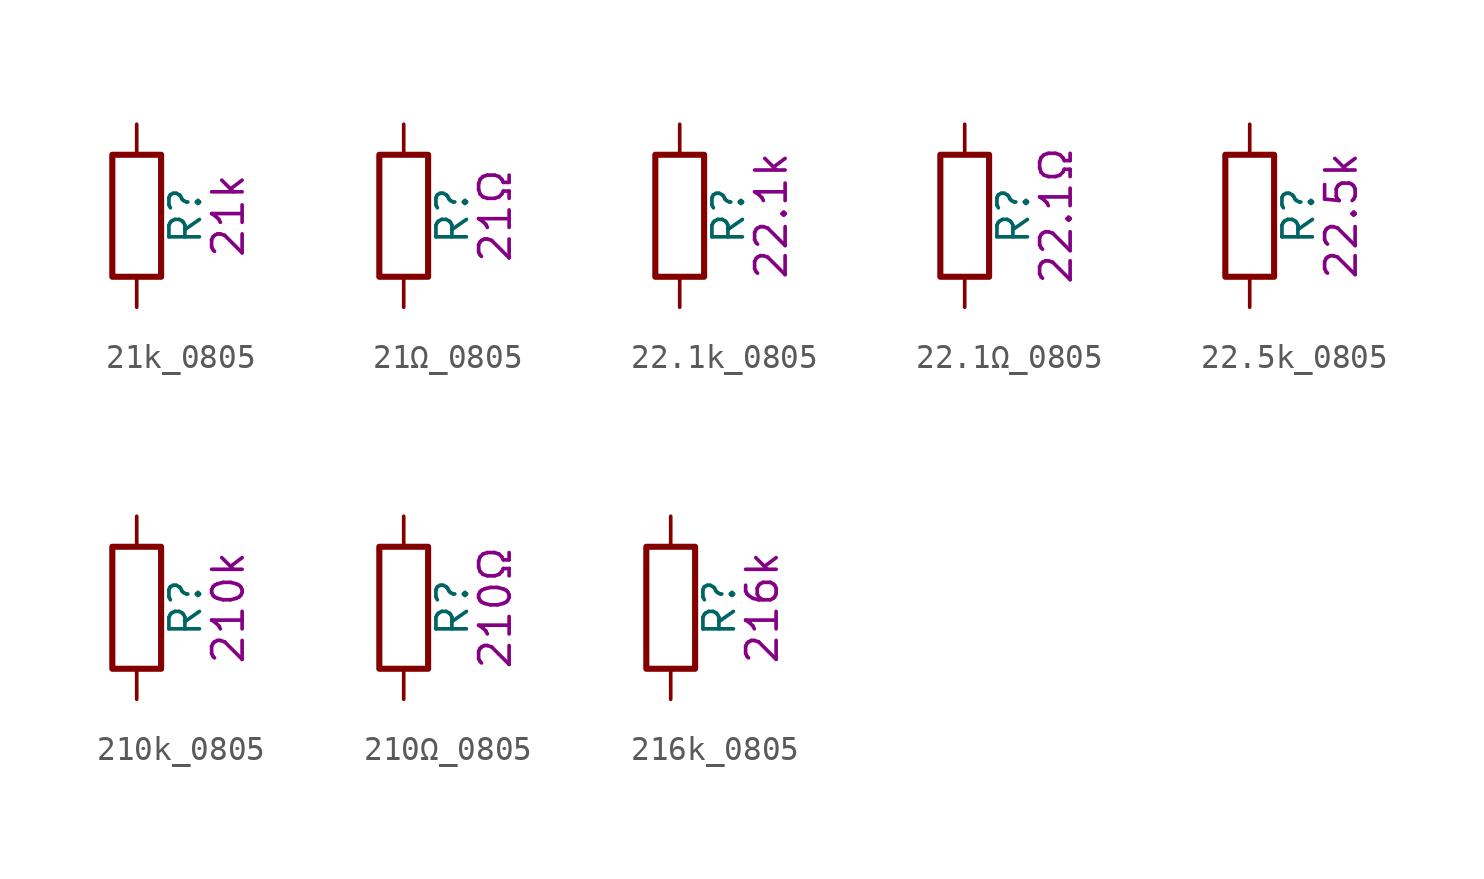
<source format=kicad_sym>
(kicad_symbol_lib
  (version 20211014)
  (generator kicad_symbol_editor)
  (symbol "21k_0805"
    (pin_numbers hide)
    (pin_names
      (offset 0))
    (property "Reference" "R"
      (at 2.032 0 90)
      (effects (font (size 1.27 1.27))))
    (property "Display" "21k"
      (at 3.81 0 90)
      (effects (font (size 1.27 1.27))))
    (symbol "21k_0805_0_1"
      (rectangle (start -1.016 -2.54) (end 1.016 2.54) (stroke (width 0.254) (type default) (color 0 0 0 0)) (fill (type none))))
    (symbol "21k_0805_1_1"
      (pin passive line (at 0 3.81 270) (length 1.27) (name "~" (effects (font (size 1.27 1.27)))) (number "1" (effects (font (size 1.27 1.27)))))
      (pin passive line (at 0 -3.81 90) (length 1.27) (name "~" (effects (font (size 1.27 1.27)))) (number "2" (effects (font (size 1.27 1.27)))))))
  (symbol "21Ω_0805"
    (pin_numbers hide)
    (pin_names
      (offset 0))
    (property "Reference" "R"
      (at 2.032 0 90)
      (effects (font (size 1.27 1.27))))
    (property "Display" "21Ω"
      (at 3.81 0 90)
      (effects (font (size 1.27 1.27))))
    (symbol "21Ω_0805_0_1"
      (rectangle (start -1.016 -2.54) (end 1.016 2.54) (stroke (width 0.254) (type default) (color 0 0 0 0)) (fill (type none))))
    (symbol "21Ω_0805_1_1"
      (pin passive line (at 0 3.81 270) (length 1.27) (name "~" (effects (font (size 1.27 1.27)))) (number "1" (effects (font (size 1.27 1.27)))))
      (pin passive line (at 0 -3.81 90) (length 1.27) (name "~" (effects (font (size 1.27 1.27)))) (number "2" (effects (font (size 1.27 1.27)))))))
  (symbol "22.1k_0805"
    (pin_numbers hide)
    (pin_names
      (offset 0))
    (property "Reference" "R"
      (at 2.032 0 90)
      (effects (font (size 1.27 1.27))))
    (property "Display" "22.1k"
      (at 3.81 0 90)
      (effects (font (size 1.27 1.27))))
    (symbol "22.1k_0805_0_1"
      (rectangle (start -1.016 -2.54) (end 1.016 2.54) (stroke (width 0.254) (type default) (color 0 0 0 0)) (fill (type none))))
    (symbol "22.1k_0805_1_1"
      (pin passive line (at 0 3.81 270) (length 1.27) (name "~" (effects (font (size 1.27 1.27)))) (number "1" (effects (font (size 1.27 1.27)))))
      (pin passive line (at 0 -3.81 90) (length 1.27) (name "~" (effects (font (size 1.27 1.27)))) (number "2" (effects (font (size 1.27 1.27)))))))
  (symbol "22.1Ω_0805"
    (pin_numbers hide)
    (pin_names
      (offset 0))
    (property "Reference" "R"
      (at 2.032 0 90)
      (effects (font (size 1.27 1.27))))
    (property "Display" "22.1Ω"
      (at 3.81 0 90)
      (effects (font (size 1.27 1.27))))
    (symbol "22.1Ω_0805_0_1"
      (rectangle (start -1.016 -2.54) (end 1.016 2.54) (stroke (width 0.254) (type default) (color 0 0 0 0)) (fill (type none))))
    (symbol "22.1Ω_0805_1_1"
      (pin passive line (at 0 3.81 270) (length 1.27) (name "~" (effects (font (size 1.27 1.27)))) (number "1" (effects (font (size 1.27 1.27)))))
      (pin passive line (at 0 -3.81 90) (length 1.27) (name "~" (effects (font (size 1.27 1.27)))) (number "2" (effects (font (size 1.27 1.27)))))))
  (symbol "22.5k_0805"
    (pin_numbers hide)
    (pin_names
      (offset 0))
    (property "Reference" "R"
      (at 2.032 0 90)
      (effects (font (size 1.27 1.27))))
    (property "Display" "22.5k"
      (at 3.81 0 90)
      (effects (font (size 1.27 1.27))))
    (symbol "22.5k_0805_0_1"
      (rectangle (start -1.016 -2.54) (end 1.016 2.54) (stroke (width 0.254) (type default) (color 0 0 0 0)) (fill (type none))))
    (symbol "22.5k_0805_1_1"
      (pin passive line (at 0 3.81 270) (length 1.27) (name "~" (effects (font (size 1.27 1.27)))) (number "1" (effects (font (size 1.27 1.27)))))
      (pin passive line (at 0 -3.81 90) (length 1.27) (name "~" (effects (font (size 1.27 1.27)))) (number "2" (effects (font (size 1.27 1.27)))))))
  (symbol "210k_0805"
    (pin_numbers hide)
    (pin_names
      (offset 0))
    (property "Reference" "R"
      (at 2.032 0 90)
      (effects (font (size 1.27 1.27))))
    (property "Display" "210k"
      (at 3.81 0 90)
      (effects (font (size 1.27 1.27))))
    (symbol "210k_0805_0_1"
      (rectangle (start -1.016 -2.54) (end 1.016 2.54) (stroke (width 0.254) (type default) (color 0 0 0 0)) (fill (type none))))
    (symbol "210k_0805_1_1"
      (pin passive line (at 0 3.81 270) (length 1.27) (name "~" (effects (font (size 1.27 1.27)))) (number "1" (effects (font (size 1.27 1.27)))))
      (pin passive line (at 0 -3.81 90) (length 1.27) (name "~" (effects (font (size 1.27 1.27)))) (number "2" (effects (font (size 1.27 1.27)))))))
  (symbol "210Ω_0805"
    (pin_numbers hide)
    (pin_names
      (offset 0))
    (property "Reference" "R"
      (at 2.032 0 90)
      (effects (font (size 1.27 1.27))))
    (property "Display" "210Ω"
      (at 3.81 0 90)
      (effects (font (size 1.27 1.27))))
    (symbol "210Ω_0805_0_1"
      (rectangle (start -1.016 -2.54) (end 1.016 2.54) (stroke (width 0.254) (type default) (color 0 0 0 0)) (fill (type none))))
    (symbol "210Ω_0805_1_1"
      (pin passive line (at 0 3.81 270) (length 1.27) (name "~" (effects (font (size 1.27 1.27)))) (number "1" (effects (font (size 1.27 1.27)))))
      (pin passive line (at 0 -3.81 90) (length 1.27) (name "~" (effects (font (size 1.27 1.27)))) (number "2" (effects (font (size 1.27 1.27)))))))
  (symbol "216k_0805"
    (pin_numbers hide)
    (pin_names
      (offset 0))
    (property "Reference" "R"
      (at 2.032 0 90)
      (effects (font (size 1.27 1.27))))
    (property "Display" "216k"
      (at 3.81 0 90)
      (effects (font (size 1.27 1.27))))
    (symbol "216k_0805_0_1"
      (rectangle (start -1.016 -2.54) (end 1.016 2.54) (stroke (width 0.254) (type default) (color 0 0 0 0)) (fill (type none))))
    (symbol "216k_0805_1_1"
      (pin passive line (at 0 3.81 270) (length 1.27) (name "~" (effects (font (size 1.27 1.27)))) (number "1" (effects (font (size 1.27 1.27)))))
      (pin passive line (at 0 -3.81 90) (length 1.27) (name "~" (effects (font (size 1.27 1.27)))) (number "2" (effects (font (size 1.27 1.27))))))))
</source>
